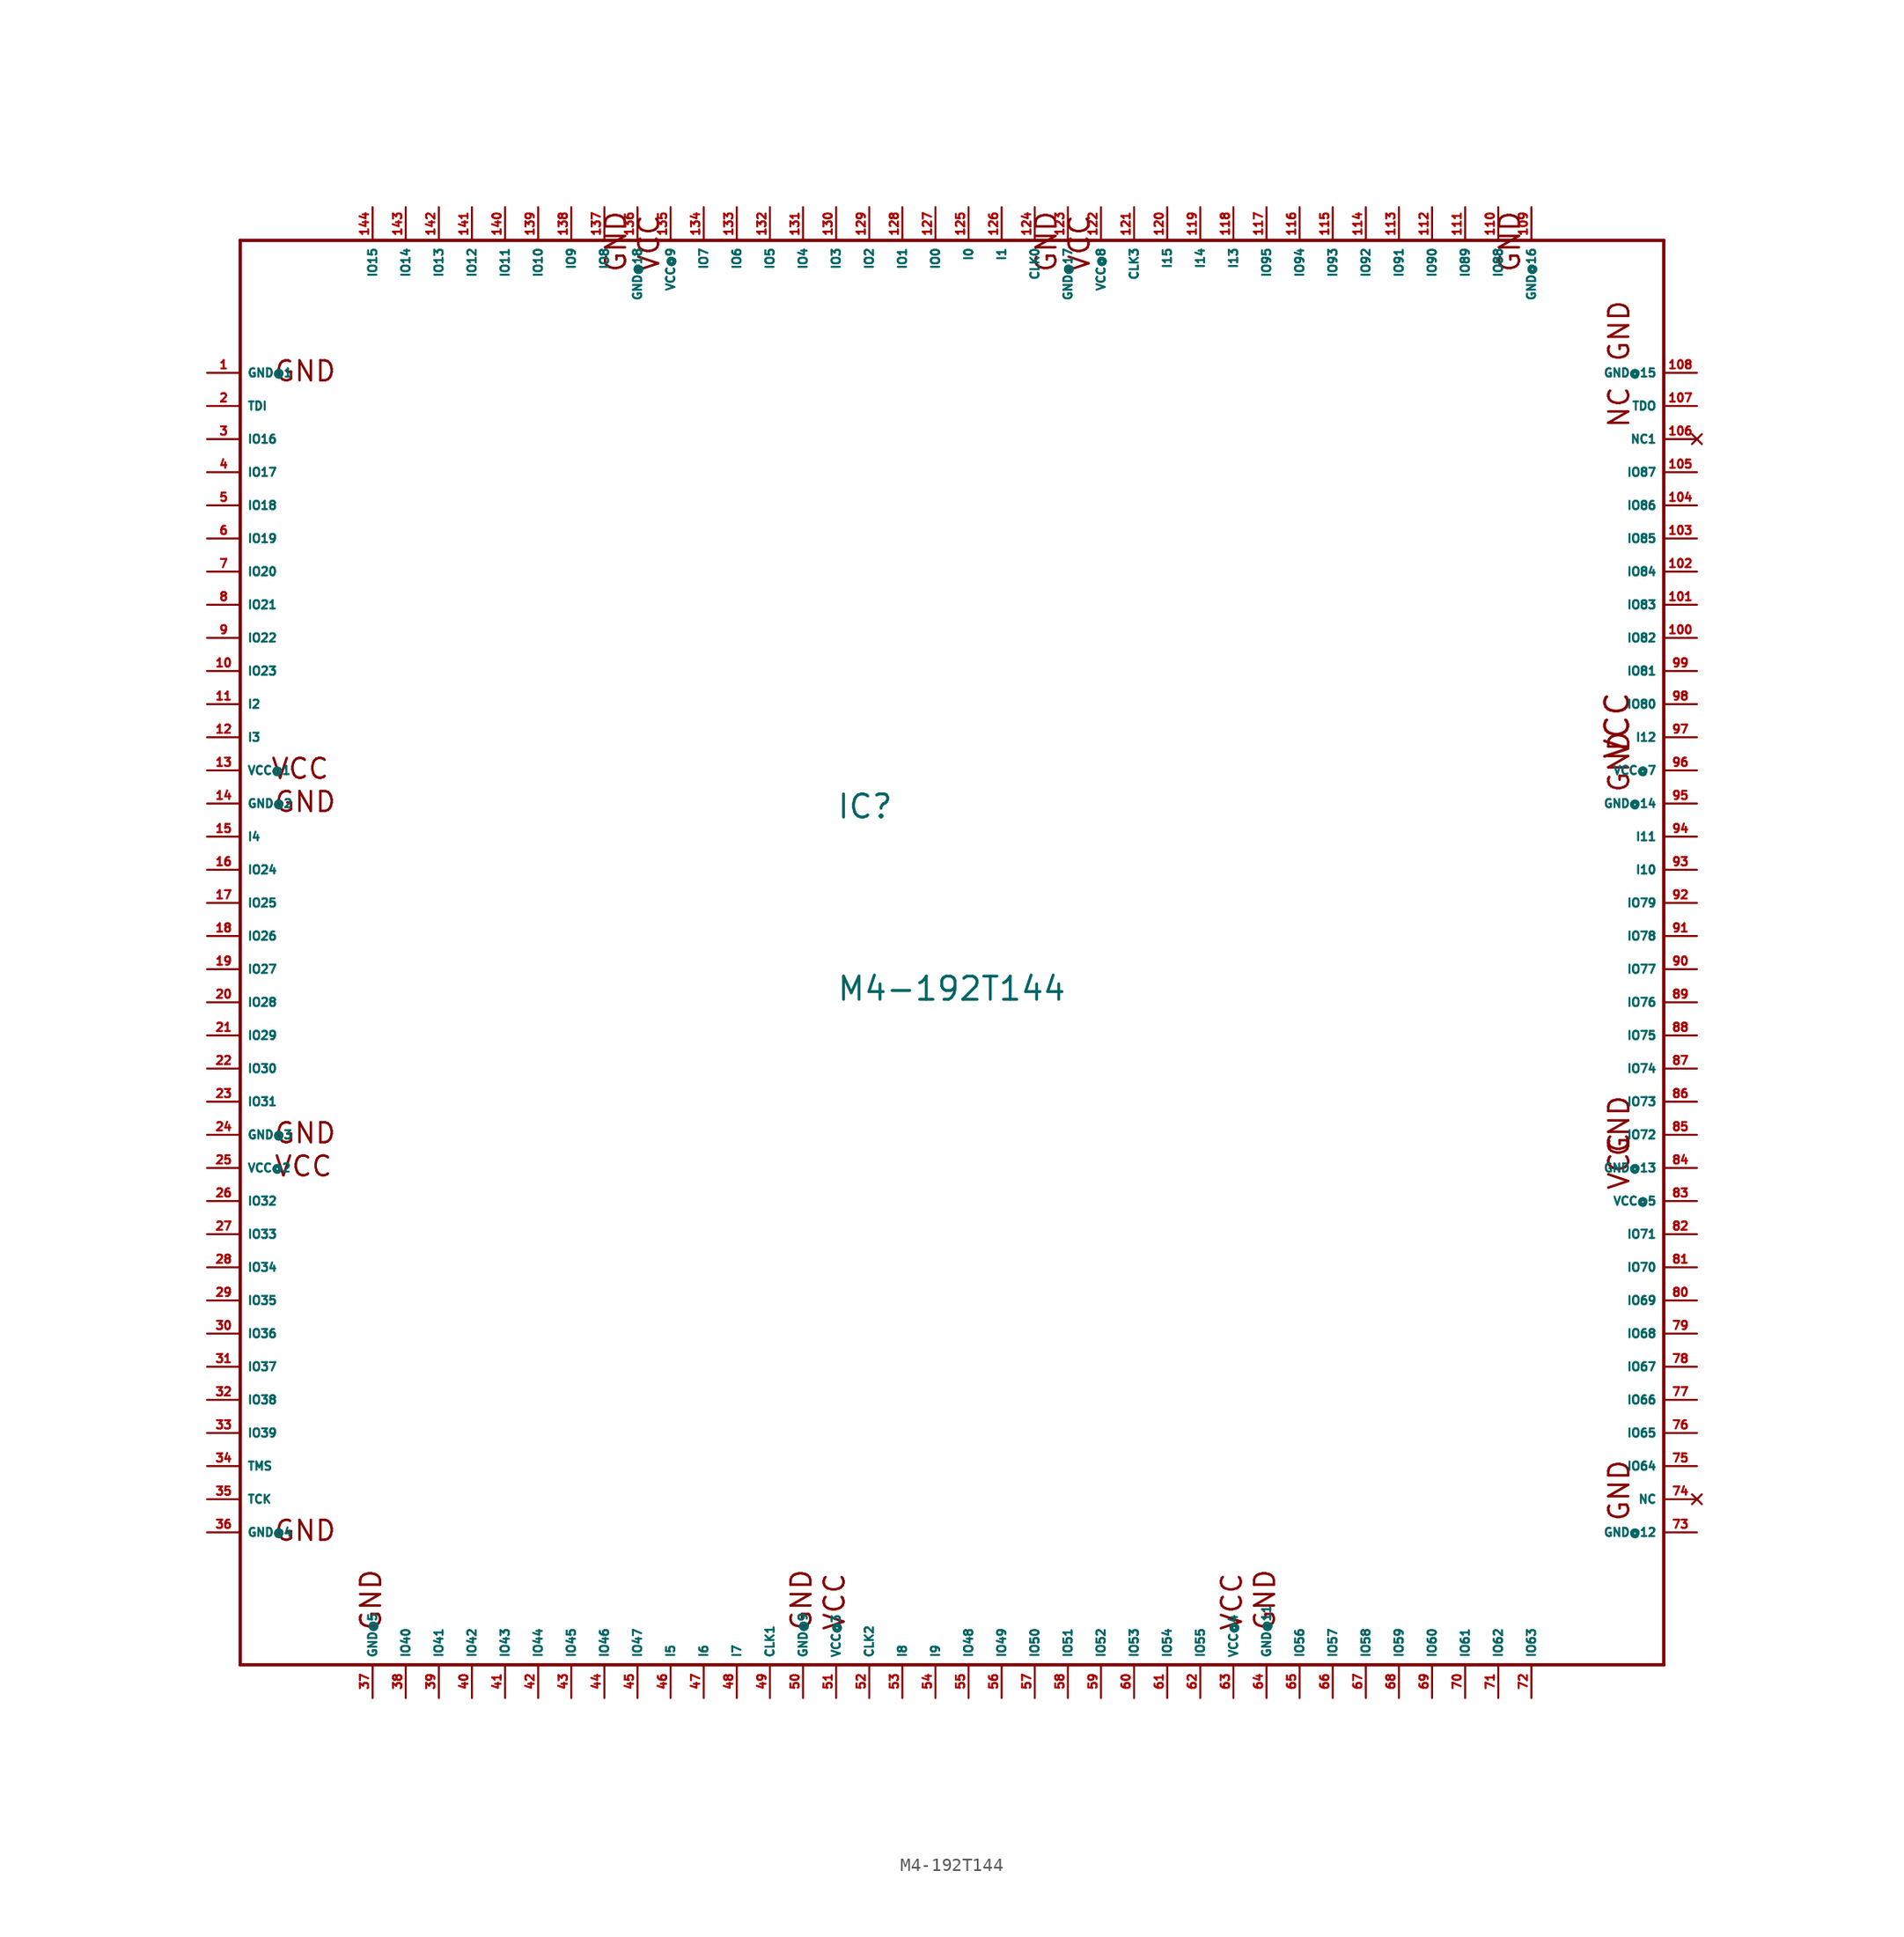
<source format=kicad_sym>
(kicad_symbol_lib
  (version 20220914)
  (generator Eagle2Kicad)
  (symbol "M4-192T144"
    (property "Reference" "IC"
      (at -7.62 6.35 0)
      (effects (font (size 1.778 1.778) (thickness 0.22)) (justify left bottom)))
    (property "Value" "M4-192T144"
      (at -7.62 -7.62 0)
      (effects (font (size 1.778 1.778) (thickness 0.22)) (justify left bottom)))
    (polyline
      (pts (xy -53.34 50.8) (xy -53.34 -58.42))
      (stroke (width 0.254) (type default))
      (fill (type none)))
    (polyline
      (pts (xy -53.34 -58.42) (xy 55.88 -58.42))
      (stroke (width 0.254) (type default))
      (fill (type none)))
    (polyline
      (pts (xy 55.88 -58.42) (xy 55.88 50.8))
      (stroke (width 0.254) (type default))
      (fill (type none)))
    (polyline
      (pts (xy 55.88 50.8) (xy -53.34 50.8))
      (stroke (width 0.254) (type default))
      (fill (type none)))
    (text "GND"
      (at -50.8 39.878 0)
      (effects (font (size 1.524 1.524) (thickness 0.19)) (justify left bottom)))
    (text "GND"
      (at -50.8 6.858 0)
      (effects (font (size 1.524 1.524) (thickness 0.19)) (justify left bottom)))
    (text "VCC"
      (at -51.054 9.398 0)
      (effects (font (size 1.524 1.524) (thickness 0.19)) (justify left bottom)))
    (text "GND"
      (at -50.8 -49.022 0)
      (effects (font (size 1.524 1.524) (thickness 0.19)) (justify left bottom)))
    (text "VCC"
      (at -50.8 -21.082 0)
      (effects (font (size 1.524 1.524) (thickness 0.19)) (justify left bottom)))
    (text "GND"
      (at -9.398 -55.88 900)
      (effects (font (size 1.524 1.524) (thickness 0.19)) (justify left bottom)))
    (text "VCC"
      (at -6.858 -55.88 900)
      (effects (font (size 1.524 1.524) (thickness 0.19)) (justify left bottom)))
    (text "VCC"
      (at 23.622 -55.88 900)
      (effects (font (size 1.524 1.524) (thickness 0.19)) (justify left bottom)))
    (text "GND"
      (at 26.162 -55.88 900)
      (effects (font (size 1.524 1.524) (thickness 0.19)) (justify left bottom)))
    (text "GND"
      (at 53.34 41.402 1800)
      (effects (font (size 1.524 1.524) (thickness 0.19)) (justify left bottom)))
    (text "GND"
      (at 53.34 -19.558 1800)
      (effects (font (size 1.524 1.524) (thickness 0.19)) (justify left bottom)))
    (text "VCC"
      (at 53.34 -22.098 1800)
      (effects (font (size 1.524 1.524) (thickness 0.19)) (justify left bottom)))
    (text "GND"
      (at 53.34 8.382 1800)
      (effects (font (size 1.524 1.524) (thickness 0.19)) (justify left bottom)))
    (text "VCC"
      (at 53.34 10.922 1800)
      (effects (font (size 1.778 1.778) (thickness 0.22)) (justify left bottom)))
    (text "GND"
      (at -42.418 -55.88 900)
      (effects (font (size 1.524 1.524) (thickness 0.19)) (justify left bottom)))
    (text "GND"
      (at -50.8 -18.542 0)
      (effects (font (size 1.524 1.524) (thickness 0.19)) (justify left bottom)))
    (text "GND"
      (at 53.34 -47.498 1800)
      (effects (font (size 1.524 1.524) (thickness 0.19)) (justify left bottom)))
    (text "GND"
      (at 44.958 48.26 2700)
      (effects (font (size 1.524 1.524) (thickness 0.19)) (justify left bottom)))
    (text "GND"
      (at 9.398 48.26 2700)
      (effects (font (size 1.524 1.524) (thickness 0.19)) (justify left bottom)))
    (text "GND"
      (at -23.622 48.26 2700)
      (effects (font (size 1.524 1.524) (thickness 0.19)) (justify left bottom)))
    (text "NC"
      (at 53.34 36.322 1800)
      (effects (font (size 1.524 1.524) (thickness 0.19)) (justify left bottom)))
    (text "VCC"
      (at 11.938 48.26 2700)
      (effects (font (size 1.524 1.524) (thickness 0.19)) (justify left bottom)))
    (text "VCC"
      (at -21.082 48.26 2700)
      (effects (font (size 1.524 1.524) (thickness 0.19)) (justify left bottom)))
    (pin input line
      (at -5.08 -60.96 90)
      (length 2.54)
      (name "CLK2" (effects (font (size 0.635 0.635) (thickness 0.08)) (justify left bottom)))
      (number "52" (effects (font (size 0.635 0.635) (thickness 0.08)) (justify left bottom))))
    (pin input line
      (at -12.7 -60.96 90)
      (length 2.54)
      (name "CLK1" (effects (font (size 0.635 0.635) (thickness 0.08)) (justify left bottom)))
      (number "49" (effects (font (size 0.635 0.635) (thickness 0.08)) (justify left bottom))))
    (pin input line
      (at -55.88 38.1 0)
      (length 2.54)
      (name "TDI" (effects (font (size 0.635 0.635) (thickness 0.08)) (justify left bottom)))
      (number "2" (effects (font (size 0.635 0.635) (thickness 0.08)) (justify left bottom))))
    (pin input line
      (at -55.88 -45.72 0)
      (length 2.54)
      (name "TCK" (effects (font (size 0.635 0.635) (thickness 0.08)) (justify left bottom)))
      (number "35" (effects (font (size 0.635 0.635) (thickness 0.08)) (justify left bottom))))
    (pin input line
      (at -55.88 -43.18 0)
      (length 2.54)
      (name "TMS" (effects (font (size 0.635 0.635) (thickness 0.08)) (justify left bottom)))
      (number "34" (effects (font (size 0.635 0.635) (thickness 0.08)) (justify left bottom))))
    (pin output line
      (at 58.42 38.1 180)
      (length 2.54)
      (name "TDO" (effects (font (size 0.635 0.635) (thickness 0.08)) (justify left bottom)))
      (number "107" (effects (font (size 0.635 0.635) (thickness 0.08)) (justify left bottom))))
    (pin bidirectional line
      (at 0 53.34 270)
      (length 2.54)
      (name "IO0" (effects (font (size 0.635 0.635) (thickness 0.08)) (justify left bottom)))
      (number "127" (effects (font (size 0.635 0.635) (thickness 0.08)) (justify left bottom))))
    (pin bidirectional line
      (at -2.54 53.34 270)
      (length 2.54)
      (name "IO1" (effects (font (size 0.635 0.635) (thickness 0.08)) (justify left bottom)))
      (number "128" (effects (font (size 0.635 0.635) (thickness 0.08)) (justify left bottom))))
    (pin bidirectional line
      (at -5.08 53.34 270)
      (length 2.54)
      (name "IO2" (effects (font (size 0.635 0.635) (thickness 0.08)) (justify left bottom)))
      (number "129" (effects (font (size 0.635 0.635) (thickness 0.08)) (justify left bottom))))
    (pin bidirectional line
      (at -7.62 53.34 270)
      (length 2.54)
      (name "IO3" (effects (font (size 0.635 0.635) (thickness 0.08)) (justify left bottom)))
      (number "130" (effects (font (size 0.635 0.635) (thickness 0.08)) (justify left bottom))))
    (pin bidirectional line
      (at -10.16 53.34 270)
      (length 2.54)
      (name "IO4" (effects (font (size 0.635 0.635) (thickness 0.08)) (justify left bottom)))
      (number "131" (effects (font (size 0.635 0.635) (thickness 0.08)) (justify left bottom))))
    (pin bidirectional line
      (at -12.7 53.34 270)
      (length 2.54)
      (name "IO5" (effects (font (size 0.635 0.635) (thickness 0.08)) (justify left bottom)))
      (number "132" (effects (font (size 0.635 0.635) (thickness 0.08)) (justify left bottom))))
    (pin bidirectional line
      (at -15.24 53.34 270)
      (length 2.54)
      (name "IO6" (effects (font (size 0.635 0.635) (thickness 0.08)) (justify left bottom)))
      (number "133" (effects (font (size 0.635 0.635) (thickness 0.08)) (justify left bottom))))
    (pin bidirectional line
      (at -17.78 53.34 270)
      (length 2.54)
      (name "IO7" (effects (font (size 0.635 0.635) (thickness 0.08)) (justify left bottom)))
      (number "134" (effects (font (size 0.635 0.635) (thickness 0.08)) (justify left bottom))))
    (pin bidirectional line
      (at -25.4 53.34 270)
      (length 2.54)
      (name "IO8" (effects (font (size 0.635 0.635) (thickness 0.08)) (justify left bottom)))
      (number "137" (effects (font (size 0.635 0.635) (thickness 0.08)) (justify left bottom))))
    (pin bidirectional line
      (at -27.94 53.34 270)
      (length 2.54)
      (name "IO9" (effects (font (size 0.635 0.635) (thickness 0.08)) (justify left bottom)))
      (number "138" (effects (font (size 0.635 0.635) (thickness 0.08)) (justify left bottom))))
    (pin bidirectional line
      (at -30.48 53.34 270)
      (length 2.54)
      (name "IO10" (effects (font (size 0.635 0.635) (thickness 0.08)) (justify left bottom)))
      (number "139" (effects (font (size 0.635 0.635) (thickness 0.08)) (justify left bottom))))
    (pin bidirectional line
      (at -33.02 53.34 270)
      (length 2.54)
      (name "IO11" (effects (font (size 0.635 0.635) (thickness 0.08)) (justify left bottom)))
      (number "140" (effects (font (size 0.635 0.635) (thickness 0.08)) (justify left bottom))))
    (pin bidirectional line
      (at -35.56 53.34 270)
      (length 2.54)
      (name "IO12" (effects (font (size 0.635 0.635) (thickness 0.08)) (justify left bottom)))
      (number "141" (effects (font (size 0.635 0.635) (thickness 0.08)) (justify left bottom))))
    (pin bidirectional line
      (at -38.1 53.34 270)
      (length 2.54)
      (name "IO13" (effects (font (size 0.635 0.635) (thickness 0.08)) (justify left bottom)))
      (number "142" (effects (font (size 0.635 0.635) (thickness 0.08)) (justify left bottom))))
    (pin bidirectional line
      (at -40.64 53.34 270)
      (length 2.54)
      (name "IO14" (effects (font (size 0.635 0.635) (thickness 0.08)) (justify left bottom)))
      (number "143" (effects (font (size 0.635 0.635) (thickness 0.08)) (justify left bottom))))
    (pin bidirectional line
      (at -43.18 53.34 270)
      (length 2.54)
      (name "IO15" (effects (font (size 0.635 0.635) (thickness 0.08)) (justify left bottom)))
      (number "144" (effects (font (size 0.635 0.635) (thickness 0.08)) (justify left bottom))))
    (pin bidirectional line
      (at -55.88 35.56 0)
      (length 2.54)
      (name "IO16" (effects (font (size 0.635 0.635) (thickness 0.08)) (justify left bottom)))
      (number "3" (effects (font (size 0.635 0.635) (thickness 0.08)) (justify left bottom))))
    (pin bidirectional line
      (at -55.88 33.02 0)
      (length 2.54)
      (name "IO17" (effects (font (size 0.635 0.635) (thickness 0.08)) (justify left bottom)))
      (number "4" (effects (font (size 0.635 0.635) (thickness 0.08)) (justify left bottom))))
    (pin bidirectional line
      (at -55.88 30.48 0)
      (length 2.54)
      (name "IO18" (effects (font (size 0.635 0.635) (thickness 0.08)) (justify left bottom)))
      (number "5" (effects (font (size 0.635 0.635) (thickness 0.08)) (justify left bottom))))
    (pin bidirectional line
      (at -55.88 27.94 0)
      (length 2.54)
      (name "IO19" (effects (font (size 0.635 0.635) (thickness 0.08)) (justify left bottom)))
      (number "6" (effects (font (size 0.635 0.635) (thickness 0.08)) (justify left bottom))))
    (pin bidirectional line
      (at -55.88 25.4 0)
      (length 2.54)
      (name "IO20" (effects (font (size 0.635 0.635) (thickness 0.08)) (justify left bottom)))
      (number "7" (effects (font (size 0.635 0.635) (thickness 0.08)) (justify left bottom))))
    (pin bidirectional line
      (at -55.88 22.86 0)
      (length 2.54)
      (name "IO21" (effects (font (size 0.635 0.635) (thickness 0.08)) (justify left bottom)))
      (number "8" (effects (font (size 0.635 0.635) (thickness 0.08)) (justify left bottom))))
    (pin bidirectional line
      (at -55.88 20.32 0)
      (length 2.54)
      (name "IO22" (effects (font (size 0.635 0.635) (thickness 0.08)) (justify left bottom)))
      (number "9" (effects (font (size 0.635 0.635) (thickness 0.08)) (justify left bottom))))
    (pin bidirectional line
      (at -55.88 17.78 0)
      (length 2.54)
      (name "IO23" (effects (font (size 0.635 0.635) (thickness 0.08)) (justify left bottom)))
      (number "10" (effects (font (size 0.635 0.635) (thickness 0.08)) (justify left bottom))))
    (pin bidirectional line
      (at -55.88 2.54 0)
      (length 2.54)
      (name "IO24" (effects (font (size 0.635 0.635) (thickness 0.08)) (justify left bottom)))
      (number "16" (effects (font (size 0.635 0.635) (thickness 0.08)) (justify left bottom))))
    (pin bidirectional line
      (at -55.88 0 0)
      (length 2.54)
      (name "IO25" (effects (font (size 0.635 0.635) (thickness 0.08)) (justify left bottom)))
      (number "17" (effects (font (size 0.635 0.635) (thickness 0.08)) (justify left bottom))))
    (pin bidirectional line
      (at -55.88 -2.54 0)
      (length 2.54)
      (name "IO26" (effects (font (size 0.635 0.635) (thickness 0.08)) (justify left bottom)))
      (number "18" (effects (font (size 0.635 0.635) (thickness 0.08)) (justify left bottom))))
    (pin bidirectional line
      (at -55.88 -5.08 0)
      (length 2.54)
      (name "IO27" (effects (font (size 0.635 0.635) (thickness 0.08)) (justify left bottom)))
      (number "19" (effects (font (size 0.635 0.635) (thickness 0.08)) (justify left bottom))))
    (pin bidirectional line
      (at -55.88 -7.62 0)
      (length 2.54)
      (name "IO28" (effects (font (size 0.635 0.635) (thickness 0.08)) (justify left bottom)))
      (number "20" (effects (font (size 0.635 0.635) (thickness 0.08)) (justify left bottom))))
    (pin bidirectional line
      (at -55.88 -10.16 0)
      (length 2.54)
      (name "IO29" (effects (font (size 0.635 0.635) (thickness 0.08)) (justify left bottom)))
      (number "21" (effects (font (size 0.635 0.635) (thickness 0.08)) (justify left bottom))))
    (pin bidirectional line
      (at -55.88 -12.7 0)
      (length 2.54)
      (name "IO30" (effects (font (size 0.635 0.635) (thickness 0.08)) (justify left bottom)))
      (number "22" (effects (font (size 0.635 0.635) (thickness 0.08)) (justify left bottom))))
    (pin bidirectional line
      (at -55.88 -15.24 0)
      (length 2.54)
      (name "IO31" (effects (font (size 0.635 0.635) (thickness 0.08)) (justify left bottom)))
      (number "23" (effects (font (size 0.635 0.635) (thickness 0.08)) (justify left bottom))))
    (pin unspecified line
      (at -55.88 40.64 0)
      (length 2.54)
      (name "GND@1" (effects (font (size 0.635 0.635) (thickness 0.08)) (justify left bottom)))
      (number "1" (effects (font (size 0.635 0.635) (thickness 0.08)) (justify left bottom))))
    (pin unspecified line
      (at -55.88 -48.26 0)
      (length 2.54)
      (name "GND@4" (effects (font (size 0.635 0.635) (thickness 0.08)) (justify left bottom)))
      (number "36" (effects (font (size 0.635 0.635) (thickness 0.08)) (justify left bottom))))
    (pin unspecified line
      (at -55.88 10.16 0)
      (length 2.54)
      (name "VCC@1" (effects (font (size 0.635 0.635) (thickness 0.08)) (justify left bottom)))
      (number "13" (effects (font (size 0.635 0.635) (thickness 0.08)) (justify left bottom))))
    (pin bidirectional line
      (at -55.88 -22.86 0)
      (length 2.54)
      (name "IO32" (effects (font (size 0.635 0.635) (thickness 0.08)) (justify left bottom)))
      (number "26" (effects (font (size 0.635 0.635) (thickness 0.08)) (justify left bottom))))
    (pin bidirectional line
      (at -55.88 -25.4 0)
      (length 2.54)
      (name "IO33" (effects (font (size 0.635 0.635) (thickness 0.08)) (justify left bottom)))
      (number "27" (effects (font (size 0.635 0.635) (thickness 0.08)) (justify left bottom))))
    (pin bidirectional line
      (at -55.88 -27.94 0)
      (length 2.54)
      (name "IO34" (effects (font (size 0.635 0.635) (thickness 0.08)) (justify left bottom)))
      (number "28" (effects (font (size 0.635 0.635) (thickness 0.08)) (justify left bottom))))
    (pin bidirectional line
      (at -55.88 -30.48 0)
      (length 2.54)
      (name "IO35" (effects (font (size 0.635 0.635) (thickness 0.08)) (justify left bottom)))
      (number "29" (effects (font (size 0.635 0.635) (thickness 0.08)) (justify left bottom))))
    (pin unspecified line
      (at -43.18 -60.96 90)
      (length 2.54)
      (name "GND@5" (effects (font (size 0.635 0.635) (thickness 0.08)) (justify left bottom)))
      (number "37" (effects (font (size 0.635 0.635) (thickness 0.08)) (justify left bottom))))
    (pin bidirectional line
      (at -55.88 -33.02 0)
      (length 2.54)
      (name "IO36" (effects (font (size 0.635 0.635) (thickness 0.08)) (justify left bottom)))
      (number "30" (effects (font (size 0.635 0.635) (thickness 0.08)) (justify left bottom))))
    (pin bidirectional line
      (at -55.88 -35.56 0)
      (length 2.54)
      (name "IO37" (effects (font (size 0.635 0.635) (thickness 0.08)) (justify left bottom)))
      (number "31" (effects (font (size 0.635 0.635) (thickness 0.08)) (justify left bottom))))
    (pin bidirectional line
      (at -55.88 -38.1 0)
      (length 2.54)
      (name "IO38" (effects (font (size 0.635 0.635) (thickness 0.08)) (justify left bottom)))
      (number "32" (effects (font (size 0.635 0.635) (thickness 0.08)) (justify left bottom))))
    (pin bidirectional line
      (at -55.88 -40.64 0)
      (length 2.54)
      (name "IO39" (effects (font (size 0.635 0.635) (thickness 0.08)) (justify left bottom)))
      (number "33" (effects (font (size 0.635 0.635) (thickness 0.08)) (justify left bottom))))
    (pin bidirectional line
      (at -40.64 -60.96 90)
      (length 2.54)
      (name "IO40" (effects (font (size 0.635 0.635) (thickness 0.08)) (justify left bottom)))
      (number "38" (effects (font (size 0.635 0.635) (thickness 0.08)) (justify left bottom))))
    (pin bidirectional line
      (at -38.1 -60.96 90)
      (length 2.54)
      (name "IO41" (effects (font (size 0.635 0.635) (thickness 0.08)) (justify left bottom)))
      (number "39" (effects (font (size 0.635 0.635) (thickness 0.08)) (justify left bottom))))
    (pin bidirectional line
      (at -35.56 -60.96 90)
      (length 2.54)
      (name "IO42" (effects (font (size 0.635 0.635) (thickness 0.08)) (justify left bottom)))
      (number "40" (effects (font (size 0.635 0.635) (thickness 0.08)) (justify left bottom))))
    (pin bidirectional line
      (at -33.02 -60.96 90)
      (length 2.54)
      (name "IO43" (effects (font (size 0.635 0.635) (thickness 0.08)) (justify left bottom)))
      (number "41" (effects (font (size 0.635 0.635) (thickness 0.08)) (justify left bottom))))
    (pin bidirectional line
      (at -30.48 -60.96 90)
      (length 2.54)
      (name "IO44" (effects (font (size 0.635 0.635) (thickness 0.08)) (justify left bottom)))
      (number "42" (effects (font (size 0.635 0.635) (thickness 0.08)) (justify left bottom))))
    (pin bidirectional line
      (at -27.94 -60.96 90)
      (length 2.54)
      (name "IO45" (effects (font (size 0.635 0.635) (thickness 0.08)) (justify left bottom)))
      (number "43" (effects (font (size 0.635 0.635) (thickness 0.08)) (justify left bottom))))
    (pin bidirectional line
      (at -25.4 -60.96 90)
      (length 2.54)
      (name "IO46" (effects (font (size 0.635 0.635) (thickness 0.08)) (justify left bottom)))
      (number "44" (effects (font (size 0.635 0.635) (thickness 0.08)) (justify left bottom))))
    (pin bidirectional line
      (at -22.86 -60.96 90)
      (length 2.54)
      (name "IO47" (effects (font (size 0.635 0.635) (thickness 0.08)) (justify left bottom)))
      (number "45" (effects (font (size 0.635 0.635) (thickness 0.08)) (justify left bottom))))
    (pin input line
      (at -55.88 15.24 0)
      (length 2.54)
      (name "I2" (effects (font (size 0.635 0.635) (thickness 0.08)) (justify left bottom)))
      (number "11" (effects (font (size 0.635 0.635) (thickness 0.08)) (justify left bottom))))
    (pin unspecified line
      (at 22.86 -60.96 90)
      (length 2.54)
      (name "VCC@4" (effects (font (size 0.635 0.635) (thickness 0.08)) (justify left bottom)))
      (number "63" (effects (font (size 0.635 0.635) (thickness 0.08)) (justify left bottom))))
    (pin unspecified line
      (at -10.16 -60.96 90)
      (length 2.54)
      (name "GND@9" (effects (font (size 0.635 0.635) (thickness 0.08)) (justify left bottom)))
      (number "50" (effects (font (size 0.635 0.635) (thickness 0.08)) (justify left bottom))))
    (pin unspecified line
      (at 58.42 -22.86 180)
      (length 2.54)
      (name "VCC@5" (effects (font (size 0.635 0.635) (thickness 0.08)) (justify left bottom)))
      (number "83" (effects (font (size 0.635 0.635) (thickness 0.08)) (justify left bottom))))
    (pin unspecified line
      (at 58.42 10.16 180)
      (length 2.54)
      (name "VCC@7" (effects (font (size 0.635 0.635) (thickness 0.08)) (justify left bottom)))
      (number "96" (effects (font (size 0.635 0.635) (thickness 0.08)) (justify left bottom))))
    (pin unspecified line
      (at 25.4 -60.96 90)
      (length 2.54)
      (name "GND@11" (effects (font (size 0.635 0.635) (thickness 0.08)) (justify left bottom)))
      (number "64" (effects (font (size 0.635 0.635) (thickness 0.08)) (justify left bottom))))
    (pin bidirectional line
      (at 2.54 -60.96 90)
      (length 2.54)
      (name "IO48" (effects (font (size 0.635 0.635) (thickness 0.08)) (justify left bottom)))
      (number "55" (effects (font (size 0.635 0.635) (thickness 0.08)) (justify left bottom))))
    (pin bidirectional line
      (at 5.08 -60.96 90)
      (length 2.54)
      (name "IO49" (effects (font (size 0.635 0.635) (thickness 0.08)) (justify left bottom)))
      (number "56" (effects (font (size 0.635 0.635) (thickness 0.08)) (justify left bottom))))
    (pin bidirectional line
      (at 7.62 -60.96 90)
      (length 2.54)
      (name "IO50" (effects (font (size 0.635 0.635) (thickness 0.08)) (justify left bottom)))
      (number "57" (effects (font (size 0.635 0.635) (thickness 0.08)) (justify left bottom))))
    (pin bidirectional line
      (at 10.16 -60.96 90)
      (length 2.54)
      (name "IO51" (effects (font (size 0.635 0.635) (thickness 0.08)) (justify left bottom)))
      (number "58" (effects (font (size 0.635 0.635) (thickness 0.08)) (justify left bottom))))
    (pin bidirectional line
      (at 12.7 -60.96 90)
      (length 2.54)
      (name "IO52" (effects (font (size 0.635 0.635) (thickness 0.08)) (justify left bottom)))
      (number "59" (effects (font (size 0.635 0.635) (thickness 0.08)) (justify left bottom))))
    (pin bidirectional line
      (at 15.24 -60.96 90)
      (length 2.54)
      (name "IO53" (effects (font (size 0.635 0.635) (thickness 0.08)) (justify left bottom)))
      (number "60" (effects (font (size 0.635 0.635) (thickness 0.08)) (justify left bottom))))
    (pin bidirectional line
      (at 17.78 -60.96 90)
      (length 2.54)
      (name "IO54" (effects (font (size 0.635 0.635) (thickness 0.08)) (justify left bottom)))
      (number "61" (effects (font (size 0.635 0.635) (thickness 0.08)) (justify left bottom))))
    (pin bidirectional line
      (at 20.32 -60.96 90)
      (length 2.54)
      (name "IO55" (effects (font (size 0.635 0.635) (thickness 0.08)) (justify left bottom)))
      (number "62" (effects (font (size 0.635 0.635) (thickness 0.08)) (justify left bottom))))
    (pin unspecified line
      (at 58.42 -20.32 180)
      (length 2.54)
      (name "GND@13" (effects (font (size 0.635 0.635) (thickness 0.08)) (justify left bottom)))
      (number "84" (effects (font (size 0.635 0.635) (thickness 0.08)) (justify left bottom))))
    (pin bidirectional line
      (at 27.94 -60.96 90)
      (length 2.54)
      (name "IO56" (effects (font (size 0.635 0.635) (thickness 0.08)) (justify left bottom)))
      (number "65" (effects (font (size 0.635 0.635) (thickness 0.08)) (justify left bottom))))
    (pin bidirectional line
      (at 30.48 -60.96 90)
      (length 2.54)
      (name "IO57" (effects (font (size 0.635 0.635) (thickness 0.08)) (justify left bottom)))
      (number "66" (effects (font (size 0.635 0.635) (thickness 0.08)) (justify left bottom))))
    (pin bidirectional line
      (at 33.02 -60.96 90)
      (length 2.54)
      (name "IO58" (effects (font (size 0.635 0.635) (thickness 0.08)) (justify left bottom)))
      (number "67" (effects (font (size 0.635 0.635) (thickness 0.08)) (justify left bottom))))
    (pin bidirectional line
      (at 35.56 -60.96 90)
      (length 2.54)
      (name "IO59" (effects (font (size 0.635 0.635) (thickness 0.08)) (justify left bottom)))
      (number "68" (effects (font (size 0.635 0.635) (thickness 0.08)) (justify left bottom))))
    (pin bidirectional line
      (at 38.1 -60.96 90)
      (length 2.54)
      (name "IO60" (effects (font (size 0.635 0.635) (thickness 0.08)) (justify left bottom)))
      (number "69" (effects (font (size 0.635 0.635) (thickness 0.08)) (justify left bottom))))
    (pin bidirectional line
      (at 40.64 -60.96 90)
      (length 2.54)
      (name "IO61" (effects (font (size 0.635 0.635) (thickness 0.08)) (justify left bottom)))
      (number "70" (effects (font (size 0.635 0.635) (thickness 0.08)) (justify left bottom))))
    (pin bidirectional line
      (at 43.18 -60.96 90)
      (length 2.54)
      (name "IO62" (effects (font (size 0.635 0.635) (thickness 0.08)) (justify left bottom)))
      (number "71" (effects (font (size 0.635 0.635) (thickness 0.08)) (justify left bottom))))
    (pin bidirectional line
      (at 45.72 -60.96 90)
      (length 2.54)
      (name "IO63" (effects (font (size 0.635 0.635) (thickness 0.08)) (justify left bottom)))
      (number "72" (effects (font (size 0.635 0.635) (thickness 0.08)) (justify left bottom))))
    (pin unspecified line
      (at 58.42 40.64 180)
      (length 2.54)
      (name "GND@15" (effects (font (size 0.635 0.635) (thickness 0.08)) (justify left bottom)))
      (number "108" (effects (font (size 0.635 0.635) (thickness 0.08)) (justify left bottom))))
    (pin unspecified line
      (at 12.7 53.34 270)
      (length 2.54)
      (name "VCC@8" (effects (font (size 0.635 0.635) (thickness 0.08)) (justify left bottom)))
      (number "122" (effects (font (size 0.635 0.635) (thickness 0.08)) (justify left bottom))))
    (pin unspecified line
      (at 45.72 53.34 270)
      (length 2.54)
      (name "GND@16" (effects (font (size 0.635 0.635) (thickness 0.08)) (justify left bottom)))
      (number "109" (effects (font (size 0.635 0.635) (thickness 0.08)) (justify left bottom))))
    (pin unspecified line
      (at -20.32 53.34 270)
      (length 2.54)
      (name "VCC@9" (effects (font (size 0.635 0.635) (thickness 0.08)) (justify left bottom)))
      (number "135" (effects (font (size 0.635 0.635) (thickness 0.08)) (justify left bottom))))
    (pin unspecified line
      (at -55.88 7.62 0)
      (length 2.54)
      (name "GND@2" (effects (font (size 0.635 0.635) (thickness 0.08)) (justify left bottom)))
      (number "14" (effects (font (size 0.635 0.635) (thickness 0.08)) (justify left bottom))))
    (pin unspecified line
      (at -55.88 -17.78 0)
      (length 2.54)
      (name "GND@3" (effects (font (size 0.635 0.635) (thickness 0.08)) (justify left bottom)))
      (number "24" (effects (font (size 0.635 0.635) (thickness 0.08)) (justify left bottom))))
    (pin unspecified line
      (at 10.16 53.34 270)
      (length 2.54)
      (name "GND@17" (effects (font (size 0.635 0.635) (thickness 0.08)) (justify left bottom)))
      (number "123" (effects (font (size 0.635 0.635) (thickness 0.08)) (justify left bottom))))
    (pin unspecified line
      (at 58.42 -48.26 180)
      (length 2.54)
      (name "GND@12" (effects (font (size 0.635 0.635) (thickness 0.08)) (justify left bottom)))
      (number "73" (effects (font (size 0.635 0.635) (thickness 0.08)) (justify left bottom))))
    (pin input line
      (at -20.32 -60.96 90)
      (length 2.54)
      (name "I5" (effects (font (size 0.635 0.635) (thickness 0.08)) (justify left bottom)))
      (number "46" (effects (font (size 0.635 0.635) (thickness 0.08)) (justify left bottom))))
    (pin unspecified line
      (at 58.42 7.62 180)
      (length 2.54)
      (name "GND@14" (effects (font (size 0.635 0.635) (thickness 0.08)) (justify left bottom)))
      (number "95" (effects (font (size 0.635 0.635) (thickness 0.08)) (justify left bottom))))
    (pin unspecified line
      (at -22.86 53.34 270)
      (length 2.54)
      (name "GND@18" (effects (font (size 0.635 0.635) (thickness 0.08)) (justify left bottom)))
      (number "136" (effects (font (size 0.635 0.635) (thickness 0.08)) (justify left bottom))))
    (pin input line
      (at -55.88 12.7 0)
      (length 2.54)
      (name "I3" (effects (font (size 0.635 0.635) (thickness 0.08)) (justify left bottom)))
      (number "12" (effects (font (size 0.635 0.635) (thickness 0.08)) (justify left bottom))))
    (pin input line
      (at -55.88 5.08 0)
      (length 2.54)
      (name "I4" (effects (font (size 0.635 0.635) (thickness 0.08)) (justify left bottom)))
      (number "15" (effects (font (size 0.635 0.635) (thickness 0.08)) (justify left bottom))))
    (pin input line
      (at 5.08 53.34 270)
      (length 2.54)
      (name "I1" (effects (font (size 0.635 0.635) (thickness 0.08)) (justify left bottom)))
      (number "126" (effects (font (size 0.635 0.635) (thickness 0.08)) (justify left bottom))))
    (pin input line
      (at -17.78 -60.96 90)
      (length 2.54)
      (name "I6" (effects (font (size 0.635 0.635) (thickness 0.08)) (justify left bottom)))
      (number "47" (effects (font (size 0.635 0.635) (thickness 0.08)) (justify left bottom))))
    (pin input line
      (at -15.24 -60.96 90)
      (length 2.54)
      (name "I7" (effects (font (size 0.635 0.635) (thickness 0.08)) (justify left bottom)))
      (number "48" (effects (font (size 0.635 0.635) (thickness 0.08)) (justify left bottom))))
    (pin input line
      (at -2.54 -60.96 90)
      (length 2.54)
      (name "I8" (effects (font (size 0.635 0.635) (thickness 0.08)) (justify left bottom)))
      (number "53" (effects (font (size 0.635 0.635) (thickness 0.08)) (justify left bottom))))
    (pin input line
      (at 0 -60.96 90)
      (length 2.54)
      (name "I9" (effects (font (size 0.635 0.635) (thickness 0.08)) (justify left bottom)))
      (number "54" (effects (font (size 0.635 0.635) (thickness 0.08)) (justify left bottom))))
    (pin no_connect line
      (at 58.42 -45.72 180)
      (length 2.54)
      (name "NC" (effects (font (size 0.635 0.635) (thickness 0.08)) (justify left bottom) hide))
      (number "74" (effects (font (size 0.635 0.635) (thickness 0.08)) (justify left bottom) hide)))
    (pin bidirectional line
      (at 58.42 -43.18 180)
      (length 2.54)
      (name "IO64" (effects (font (size 0.635 0.635) (thickness 0.08)) (justify left bottom)))
      (number "75" (effects (font (size 0.635 0.635) (thickness 0.08)) (justify left bottom))))
    (pin bidirectional line
      (at 58.42 -40.64 180)
      (length 2.54)
      (name "IO65" (effects (font (size 0.635 0.635) (thickness 0.08)) (justify left bottom)))
      (number "76" (effects (font (size 0.635 0.635) (thickness 0.08)) (justify left bottom))))
    (pin bidirectional line
      (at 58.42 -38.1 180)
      (length 2.54)
      (name "IO66" (effects (font (size 0.635 0.635) (thickness 0.08)) (justify left bottom)))
      (number "77" (effects (font (size 0.635 0.635) (thickness 0.08)) (justify left bottom))))
    (pin bidirectional line
      (at 58.42 -35.56 180)
      (length 2.54)
      (name "IO67" (effects (font (size 0.635 0.635) (thickness 0.08)) (justify left bottom)))
      (number "78" (effects (font (size 0.635 0.635) (thickness 0.08)) (justify left bottom))))
    (pin bidirectional line
      (at 58.42 -33.02 180)
      (length 2.54)
      (name "IO68" (effects (font (size 0.635 0.635) (thickness 0.08)) (justify left bottom)))
      (number "79" (effects (font (size 0.635 0.635) (thickness 0.08)) (justify left bottom))))
    (pin bidirectional line
      (at 58.42 -30.48 180)
      (length 2.54)
      (name "IO69" (effects (font (size 0.635 0.635) (thickness 0.08)) (justify left bottom)))
      (number "80" (effects (font (size 0.635 0.635) (thickness 0.08)) (justify left bottom))))
    (pin bidirectional line
      (at 58.42 -27.94 180)
      (length 2.54)
      (name "IO70" (effects (font (size 0.635 0.635) (thickness 0.08)) (justify left bottom)))
      (number "81" (effects (font (size 0.635 0.635) (thickness 0.08)) (justify left bottom))))
    (pin bidirectional line
      (at 58.42 -25.4 180)
      (length 2.54)
      (name "IO71" (effects (font (size 0.635 0.635) (thickness 0.08)) (justify left bottom)))
      (number "82" (effects (font (size 0.635 0.635) (thickness 0.08)) (justify left bottom))))
    (pin bidirectional line
      (at 58.42 -17.78 180)
      (length 2.54)
      (name "IO72" (effects (font (size 0.635 0.635) (thickness 0.08)) (justify left bottom)))
      (number "85" (effects (font (size 0.635 0.635) (thickness 0.08)) (justify left bottom))))
    (pin bidirectional line
      (at 58.42 -15.24 180)
      (length 2.54)
      (name "IO73" (effects (font (size 0.635 0.635) (thickness 0.08)) (justify left bottom)))
      (number "86" (effects (font (size 0.635 0.635) (thickness 0.08)) (justify left bottom))))
    (pin bidirectional line
      (at 58.42 -12.7 180)
      (length 2.54)
      (name "IO74" (effects (font (size 0.635 0.635) (thickness 0.08)) (justify left bottom)))
      (number "87" (effects (font (size 0.635 0.635) (thickness 0.08)) (justify left bottom))))
    (pin bidirectional line
      (at 58.42 -10.16 180)
      (length 2.54)
      (name "IO75" (effects (font (size 0.635 0.635) (thickness 0.08)) (justify left bottom)))
      (number "88" (effects (font (size 0.635 0.635) (thickness 0.08)) (justify left bottom))))
    (pin bidirectional line
      (at 58.42 -7.62 180)
      (length 2.54)
      (name "IO76" (effects (font (size 0.635 0.635) (thickness 0.08)) (justify left bottom)))
      (number "89" (effects (font (size 0.635 0.635) (thickness 0.08)) (justify left bottom))))
    (pin bidirectional line
      (at 58.42 -5.08 180)
      (length 2.54)
      (name "IO77" (effects (font (size 0.635 0.635) (thickness 0.08)) (justify left bottom)))
      (number "90" (effects (font (size 0.635 0.635) (thickness 0.08)) (justify left bottom))))
    (pin bidirectional line
      (at 58.42 -2.54 180)
      (length 2.54)
      (name "IO78" (effects (font (size 0.635 0.635) (thickness 0.08)) (justify left bottom)))
      (number "91" (effects (font (size 0.635 0.635) (thickness 0.08)) (justify left bottom))))
    (pin bidirectional line
      (at 58.42 0 180)
      (length 2.54)
      (name "IO79" (effects (font (size 0.635 0.635) (thickness 0.08)) (justify left bottom)))
      (number "92" (effects (font (size 0.635 0.635) (thickness 0.08)) (justify left bottom))))
    (pin input line
      (at 58.42 2.54 180)
      (length 2.54)
      (name "I10" (effects (font (size 0.635 0.635) (thickness 0.08)) (justify left bottom)))
      (number "93" (effects (font (size 0.635 0.635) (thickness 0.08)) (justify left bottom))))
    (pin input line
      (at 58.42 5.08 180)
      (length 2.54)
      (name "I11" (effects (font (size 0.635 0.635) (thickness 0.08)) (justify left bottom)))
      (number "94" (effects (font (size 0.635 0.635) (thickness 0.08)) (justify left bottom))))
    (pin input line
      (at 58.42 12.7 180)
      (length 2.54)
      (name "I12" (effects (font (size 0.635 0.635) (thickness 0.08)) (justify left bottom)))
      (number "97" (effects (font (size 0.635 0.635) (thickness 0.08)) (justify left bottom))))
    (pin bidirectional line
      (at 58.42 15.24 180)
      (length 2.54)
      (name "IO80" (effects (font (size 0.635 0.635) (thickness 0.08)) (justify left bottom)))
      (number "98" (effects (font (size 0.635 0.635) (thickness 0.08)) (justify left bottom))))
    (pin bidirectional line
      (at 58.42 17.78 180)
      (length 2.54)
      (name "IO81" (effects (font (size 0.635 0.635) (thickness 0.08)) (justify left bottom)))
      (number "99" (effects (font (size 0.635 0.635) (thickness 0.08)) (justify left bottom))))
    (pin bidirectional line
      (at 58.42 20.32 180)
      (length 2.54)
      (name "IO82" (effects (font (size 0.635 0.635) (thickness 0.08)) (justify left bottom)))
      (number "100" (effects (font (size 0.635 0.635) (thickness 0.08)) (justify left bottom))))
    (pin bidirectional line
      (at 58.42 22.86 180)
      (length 2.54)
      (name "IO83" (effects (font (size 0.635 0.635) (thickness 0.08)) (justify left bottom)))
      (number "101" (effects (font (size 0.635 0.635) (thickness 0.08)) (justify left bottom))))
    (pin bidirectional line
      (at 58.42 25.4 180)
      (length 2.54)
      (name "IO84" (effects (font (size 0.635 0.635) (thickness 0.08)) (justify left bottom)))
      (number "102" (effects (font (size 0.635 0.635) (thickness 0.08)) (justify left bottom))))
    (pin bidirectional line
      (at 58.42 27.94 180)
      (length 2.54)
      (name "IO85" (effects (font (size 0.635 0.635) (thickness 0.08)) (justify left bottom)))
      (number "103" (effects (font (size 0.635 0.635) (thickness 0.08)) (justify left bottom))))
    (pin bidirectional line
      (at 58.42 30.48 180)
      (length 2.54)
      (name "IO86" (effects (font (size 0.635 0.635) (thickness 0.08)) (justify left bottom)))
      (number "104" (effects (font (size 0.635 0.635) (thickness 0.08)) (justify left bottom))))
    (pin bidirectional line
      (at 58.42 33.02 180)
      (length 2.54)
      (name "IO87" (effects (font (size 0.635 0.635) (thickness 0.08)) (justify left bottom)))
      (number "105" (effects (font (size 0.635 0.635) (thickness 0.08)) (justify left bottom))))
    (pin no_connect line
      (at 58.42 35.56 180)
      (length 2.54)
      (name "NC1" (effects (font (size 0.635 0.635) (thickness 0.08)) (justify left bottom) hide))
      (number "106" (effects (font (size 0.635 0.635) (thickness 0.08)) (justify left bottom) hide)))
    (pin bidirectional line
      (at 43.18 53.34 270)
      (length 2.54)
      (name "IO88" (effects (font (size 0.635 0.635) (thickness 0.08)) (justify left bottom)))
      (number "110" (effects (font (size 0.635 0.635) (thickness 0.08)) (justify left bottom))))
    (pin bidirectional line
      (at 40.64 53.34 270)
      (length 2.54)
      (name "IO89" (effects (font (size 0.635 0.635) (thickness 0.08)) (justify left bottom)))
      (number "111" (effects (font (size 0.635 0.635) (thickness 0.08)) (justify left bottom))))
    (pin bidirectional line
      (at 38.1 53.34 270)
      (length 2.54)
      (name "IO90" (effects (font (size 0.635 0.635) (thickness 0.08)) (justify left bottom)))
      (number "112" (effects (font (size 0.635 0.635) (thickness 0.08)) (justify left bottom))))
    (pin bidirectional line
      (at 35.56 53.34 270)
      (length 2.54)
      (name "IO91" (effects (font (size 0.635 0.635) (thickness 0.08)) (justify left bottom)))
      (number "113" (effects (font (size 0.635 0.635) (thickness 0.08)) (justify left bottom))))
    (pin bidirectional line
      (at 33.02 53.34 270)
      (length 2.54)
      (name "IO92" (effects (font (size 0.635 0.635) (thickness 0.08)) (justify left bottom)))
      (number "114" (effects (font (size 0.635 0.635) (thickness 0.08)) (justify left bottom))))
    (pin bidirectional line
      (at 30.48 53.34 270)
      (length 2.54)
      (name "IO93" (effects (font (size 0.635 0.635) (thickness 0.08)) (justify left bottom)))
      (number "115" (effects (font (size 0.635 0.635) (thickness 0.08)) (justify left bottom))))
    (pin bidirectional line
      (at 27.94 53.34 270)
      (length 2.54)
      (name "IO94" (effects (font (size 0.635 0.635) (thickness 0.08)) (justify left bottom)))
      (number "116" (effects (font (size 0.635 0.635) (thickness 0.08)) (justify left bottom))))
    (pin bidirectional line
      (at 25.4 53.34 270)
      (length 2.54)
      (name "IO95" (effects (font (size 0.635 0.635) (thickness 0.08)) (justify left bottom)))
      (number "117" (effects (font (size 0.635 0.635) (thickness 0.08)) (justify left bottom))))
    (pin input line
      (at 22.86 53.34 270)
      (length 2.54)
      (name "I13" (effects (font (size 0.635 0.635) (thickness 0.08)) (justify left bottom)))
      (number "118" (effects (font (size 0.635 0.635) (thickness 0.08)) (justify left bottom))))
    (pin input line
      (at 20.32 53.34 270)
      (length 2.54)
      (name "I14" (effects (font (size 0.635 0.635) (thickness 0.08)) (justify left bottom)))
      (number "119" (effects (font (size 0.635 0.635) (thickness 0.08)) (justify left bottom))))
    (pin input line
      (at 17.78 53.34 270)
      (length 2.54)
      (name "I15" (effects (font (size 0.635 0.635) (thickness 0.08)) (justify left bottom)))
      (number "120" (effects (font (size 0.635 0.635) (thickness 0.08)) (justify left bottom))))
    (pin input line
      (at 15.24 53.34 270)
      (length 2.54)
      (name "CLK3" (effects (font (size 0.635 0.635) (thickness 0.08)) (justify left bottom)))
      (number "121" (effects (font (size 0.635 0.635) (thickness 0.08)) (justify left bottom))))
    (pin unspecified line
      (at -55.88 -20.32 0)
      (length 2.54)
      (name "VCC@2" (effects (font (size 0.635 0.635) (thickness 0.08)) (justify left bottom)))
      (number "25" (effects (font (size 0.635 0.635) (thickness 0.08)) (justify left bottom))))
    (pin input line
      (at 7.62 53.34 270)
      (length 2.54)
      (name "CLK0" (effects (font (size 0.635 0.635) (thickness 0.08)) (justify left bottom)))
      (number "124" (effects (font (size 0.635 0.635) (thickness 0.08)) (justify left bottom))))
    (pin input line
      (at 2.54 53.34 270)
      (length 2.54)
      (name "I0" (effects (font (size 0.635 0.635) (thickness 0.08)) (justify left bottom)))
      (number "125" (effects (font (size 0.635 0.635) (thickness 0.08)) (justify left bottom))))
    (pin unspecified line
      (at -7.62 -60.96 90)
      (length 2.54)
      (name "VCC@3" (effects (font (size 0.635 0.635) (thickness 0.08)) (justify left bottom)))
      (number "51" (effects (font (size 0.635 0.635) (thickness 0.08)) (justify left bottom))))))
</source>
